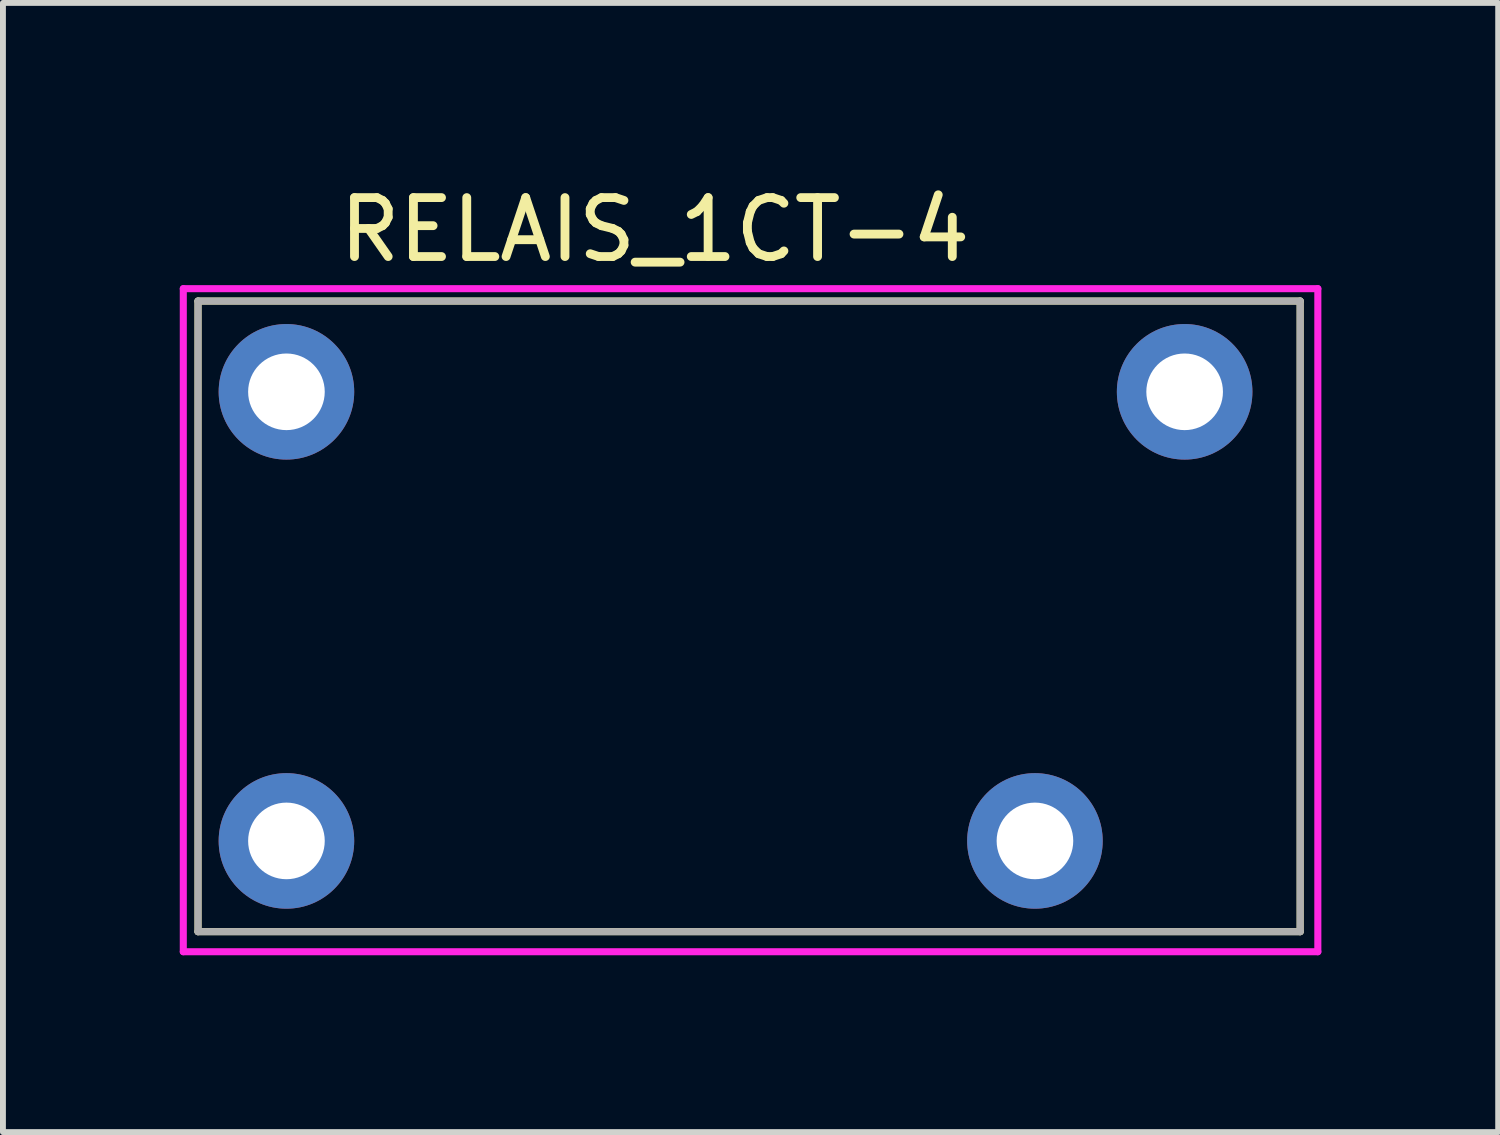
<source format=kicad_pcb>
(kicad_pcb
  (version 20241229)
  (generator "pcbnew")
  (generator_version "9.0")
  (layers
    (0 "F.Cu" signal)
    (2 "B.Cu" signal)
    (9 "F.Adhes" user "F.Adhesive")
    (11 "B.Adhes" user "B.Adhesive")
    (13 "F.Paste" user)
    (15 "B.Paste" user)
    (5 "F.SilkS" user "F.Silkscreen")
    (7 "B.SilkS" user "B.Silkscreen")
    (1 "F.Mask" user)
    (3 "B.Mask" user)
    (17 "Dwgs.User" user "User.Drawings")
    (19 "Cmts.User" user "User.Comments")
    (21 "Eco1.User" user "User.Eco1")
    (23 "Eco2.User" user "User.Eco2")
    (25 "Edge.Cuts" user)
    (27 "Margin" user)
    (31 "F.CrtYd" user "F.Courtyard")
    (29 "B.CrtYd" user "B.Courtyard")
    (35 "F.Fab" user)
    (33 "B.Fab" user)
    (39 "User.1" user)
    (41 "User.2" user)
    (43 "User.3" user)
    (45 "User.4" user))
  (footprint "RELAIS_1CT-4"
    (layer "F.Cu")
    (at 1.81 3.598)
    (property "Reference" "RELAIS_1CT-4" (at 6.25 -2.75 0) (layer "F.SilkS") (effects (font (size 1 1) (thickness 0.15))))
    (attr through_hole)
    (fp_line (start -1.5 -1.54) (end -1.5 9.16) (stroke (width 0.12) (type solid)) (layer "F.SilkS"))
    (fp_line (start -1.5 -1.54) (end 17.2 -1.54) (stroke (width 0.12) (type solid)) (layer "F.SilkS"))
    (fp_line (start -1.5 9.16) (end 17.2 9.16) (stroke (width 0.12) (type solid)) (layer "F.SilkS"))
    (fp_line (start 17.2 -1.54) (end 17.2 9.16) (stroke (width 0.12) (type solid)) (layer "F.SilkS"))
    (fp_line (start -1.75 -1.75) (end -1.75 9.5) (stroke (width 0.12) (type solid)) (layer "F.CrtYd"))
    (fp_line (start -1.75 9.5) (end 17.5 9.5) (stroke (width 0.12) (type solid)) (layer "F.CrtYd"))
    (fp_line (start 17.5 -1.75) (end -1.75 -1.75) (stroke (width 0.12) (type solid)) (layer "F.CrtYd"))
    (fp_line (start 17.5 9.5) (end 17.5 -1.75) (stroke (width 0.12) (type solid)) (layer "F.CrtYd"))
    (fp_line (start -1.5 -1.54) (end -1.5 9.16) (stroke (width 0.12) (type solid)) (layer "F.Fab"))
    (fp_line (start -1.5 -1.54) (end 17.2 -1.54) (stroke (width 0.12) (type solid)) (layer "F.Fab"))
    (fp_line (start -1.5 9.16) (end 17.2 9.16) (stroke (width 0.12) (type solid)) (layer "F.Fab"))
    (fp_line (start 17.2 -1.54) (end 17.2 9.16) (stroke (width 0.12) (type solid)) (layer "F.Fab"))
    (pad "b1" thru_hole circle (at 0 0) (size 2.3 2.3) (drill 1.3) (layers "*.Cu" "*.Mask"))
    (pad "b2" thru_hole circle (at 0 7.62) (size 2.3 2.3) (drill 1.3) (layers "*.Cu" "*.Mask"))
    (pad "c1" thru_hole circle (at 15.24 0) (size 2.3 2.3) (drill 1.3) (layers "*.Cu" "*.Mask"))
    (pad "c2" thru_hole circle (at 12.7 7.62) (size 2.3 2.3) (drill 1.3) (layers "*.Cu" "*.Mask")))
  (gr_rect
    (start -3 -3)
    (end 22.37 16.158)
    (stroke (width 0.1) (type default))
    (fill no)
    (layer "Edge.Cuts")))
</source>
